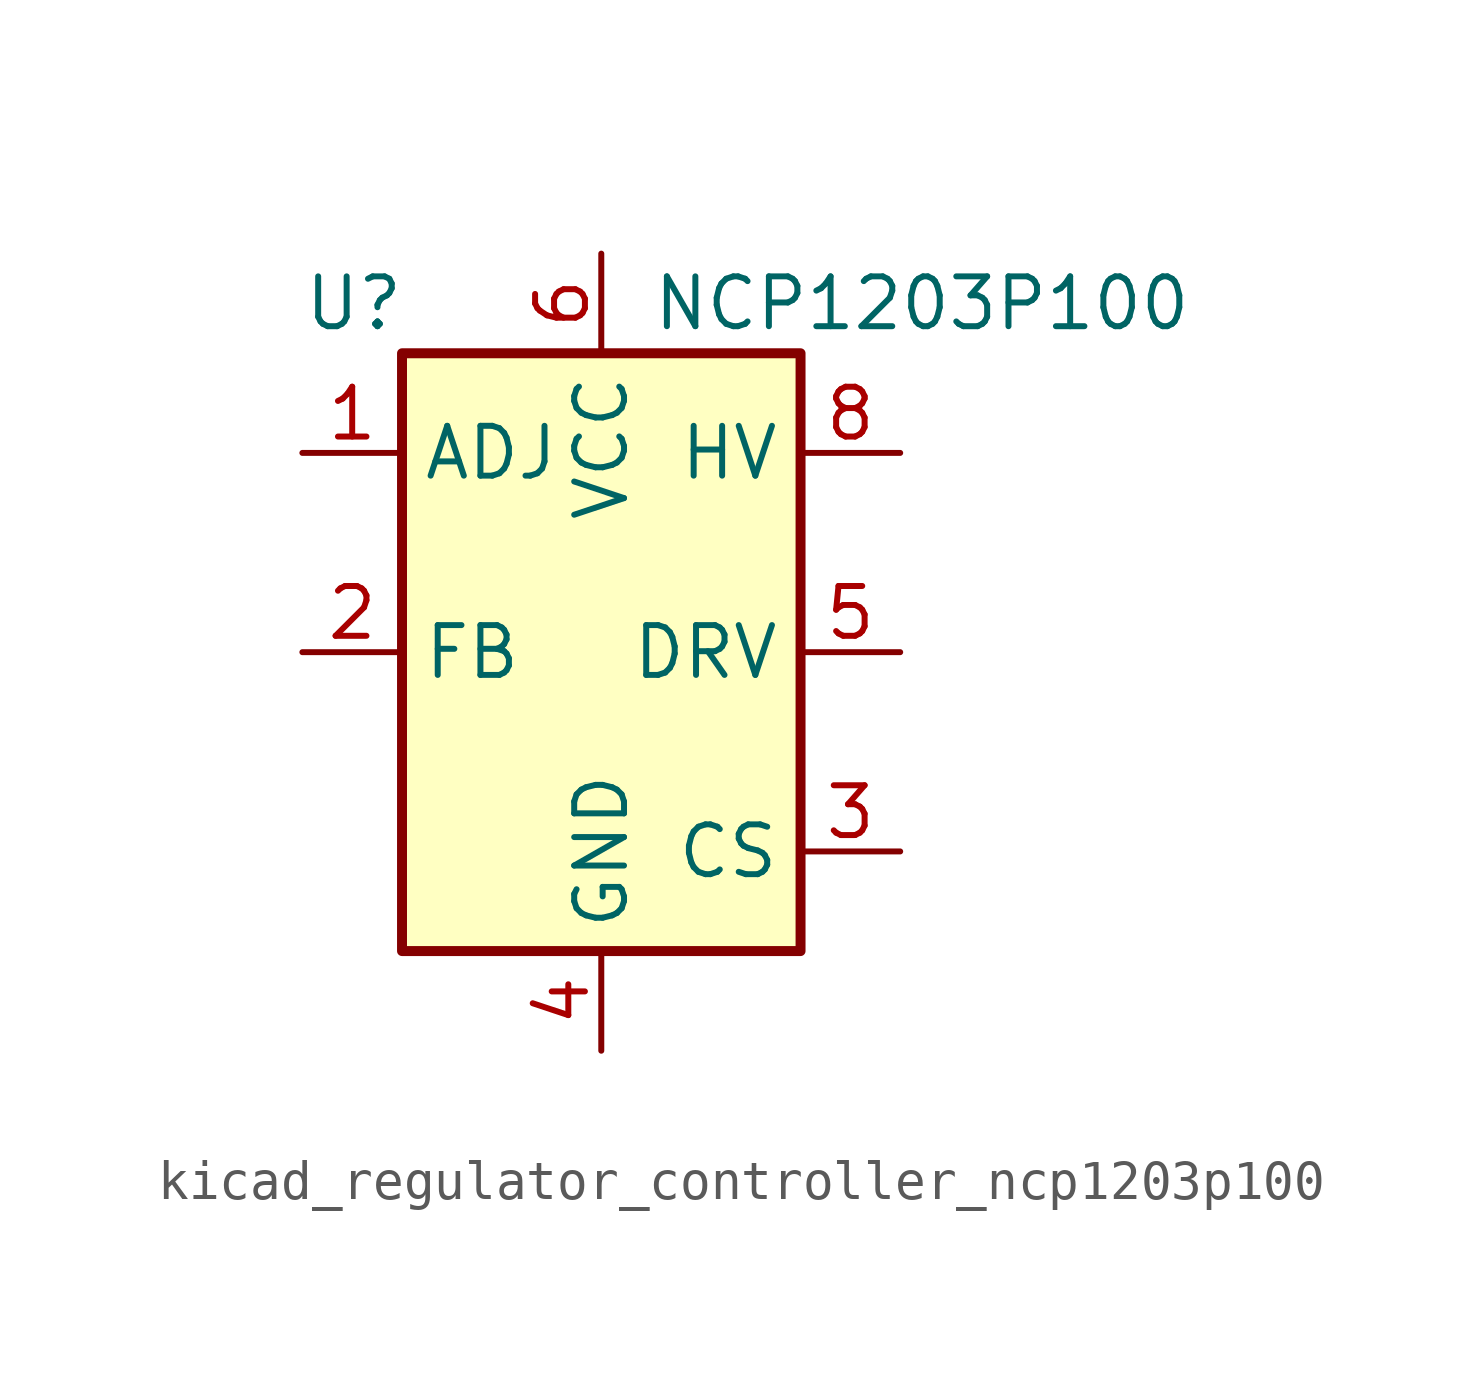
<source format=kicad_sym>
(kicad_symbol_lib
  (version 20220914)
  (generator kicad_symbol_editor)
  (symbol "kicad_regulator_controller_ncp1203p100"
    (property "Reference" "U"
      (at -7.62 8.89 0)
      (effects (font (size 1.27 1.27)) (justify left)))
    (property "Value" "NCP1203P100"
      (at 1.27 8.89 0)
      (effects (font (size 1.27 1.27)) (justify left)))
    (symbol "kicad_regulator_controller_ncp1203p100_0_0"
      (rectangle (start -5.08 7.62) (end 5.08 -7.62) (stroke (width 0.254) (type default)) (fill (type background))))
    (symbol "kicad_regulator_controller_ncp1203p100_1_1"
      (pin input line (at -7.62 5.08 0) (length 2.54) (name "ADJ" (effects (font (size 1.27 1.27)))) (number "1" (effects (font (size 1.27 1.27)))))
      (pin input line (at -7.62 0 0) (length 2.54) (name "FB" (effects (font (size 1.27 1.27)))) (number "2" (effects (font (size 1.27 1.27)))))
      (pin input line (at 7.62 -5.08 180) (length 2.54) (name "CS" (effects (font (size 1.27 1.27)))) (number "3" (effects (font (size 1.27 1.27)))))
      (pin power_in line (at 0 -10.16 90) (length 2.54) (name "GND" (effects (font (size 1.27 1.27)))) (number "4" (effects (font (size 1.27 1.27)))))
      (pin output line (at 7.62 0 180) (length 2.54) (name "DRV" (effects (font (size 1.27 1.27)))) (number "5" (effects (font (size 1.27 1.27)))))
      (pin power_in line (at 0 10.16 270) (length 2.54) (name "VCC" (effects (font (size 1.27 1.27)))) (number "6" (effects (font (size 1.27 1.27)))))
      (pin no_connect line (at -5.08 2.54 0) (length 2.54) hide (name "NC" (effects (font (size 1.27 1.27)))) (number "7" (effects (font (size 1.27 1.27)))))
      (pin input line (at 7.62 5.08 180) (length 2.54) (name "HV" (effects (font (size 1.27 1.27)))) (number "8" (effects (font (size 1.27 1.27))))))))
</source>
